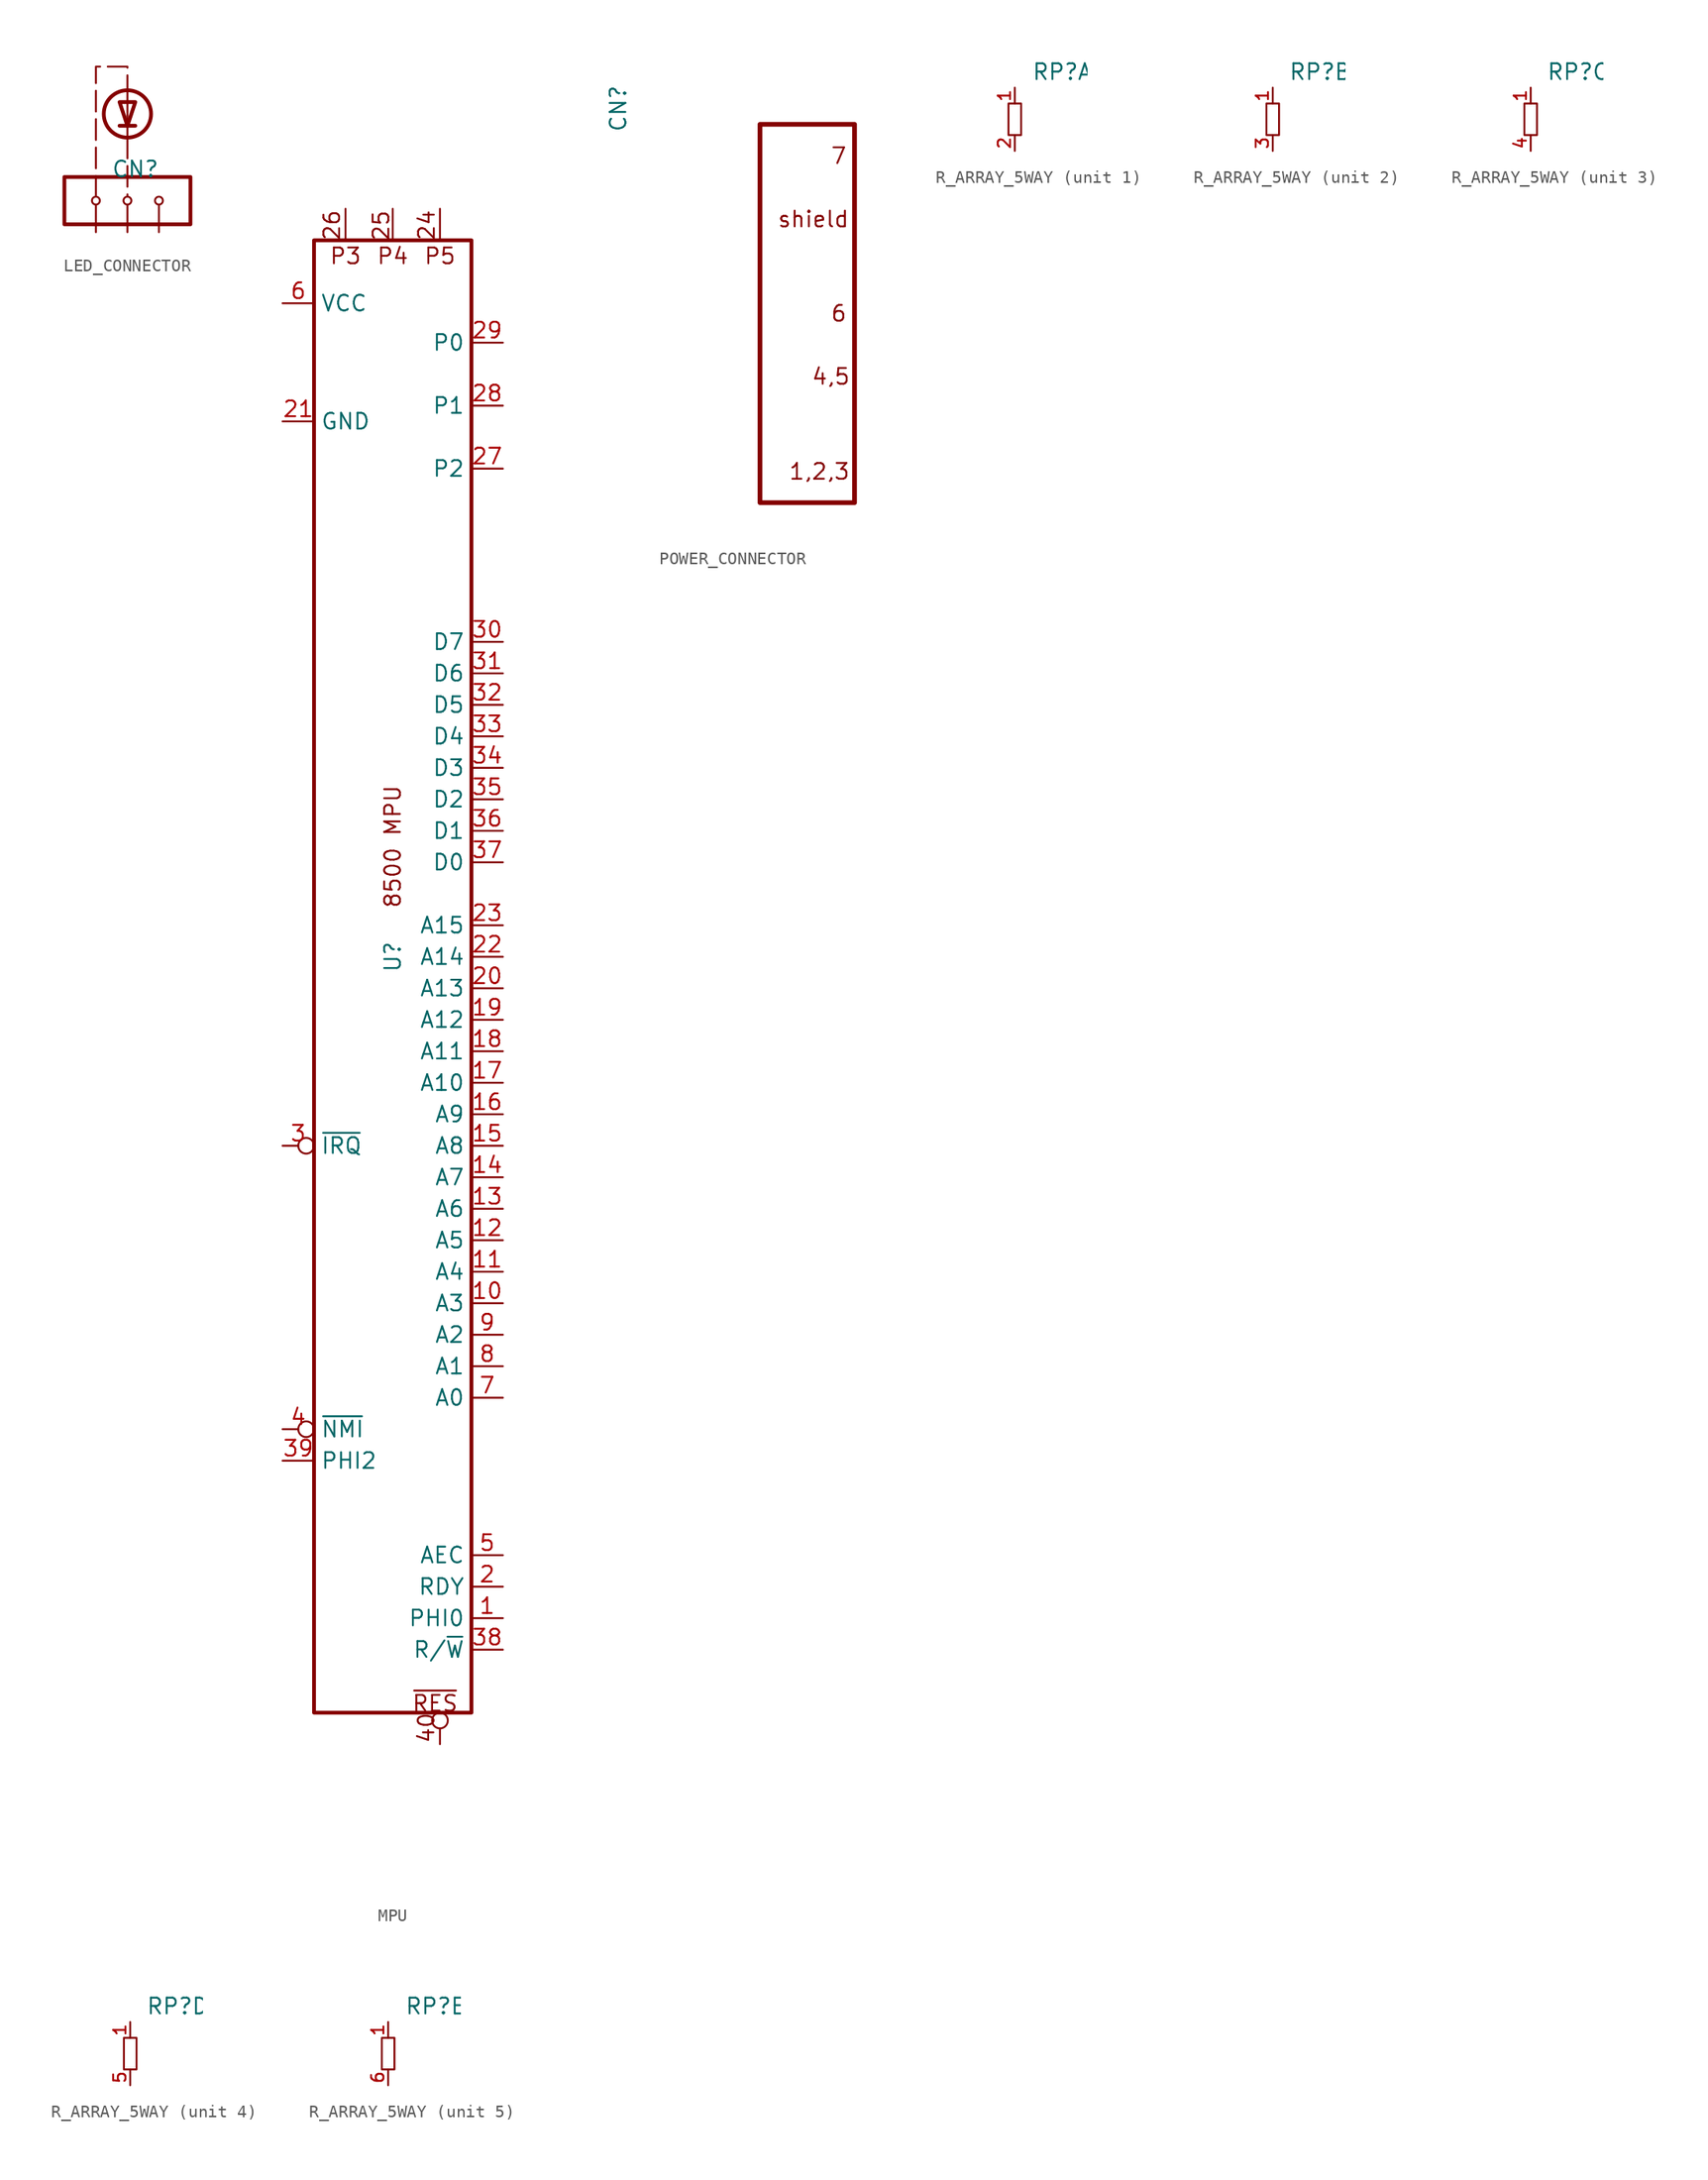
<source format=kicad_sym>
(kicad_symbol_lib
  (version 20220914)
  (generator kicad_symbol_editor)
  (symbol "LED_CONNECTOR"
    (property "Reference" "CN"
      (at 0.635 2.54 0)
      (effects (font (size 1.27 1.27))))
    (property "Value" ""
      (at 0 0 0)
      (effects (font (size 1.27 1.27))))
    (symbol "LED_CONNECTOR_0_1"
      (rectangle (start -5.08 1.905) (end 5.08 -1.905) (stroke (width 0.305) (type default)) (fill (type none)))
      (circle (center -2.54 0) (radius 0.318) (stroke (width 0) (type default)) (fill (type none)))
      (polyline (pts (xy -2.54 -0.318) (xy -2.54 -2.54)) (stroke (width 0) (type default)) (fill (type none)))
      (polyline (pts (xy -0.635 6.032) (xy 0.635 6.032)) (stroke (width 0.305) (type default)) (fill (type none)))
      (polyline (pts (xy 0 -0.318) (xy 0 -2.54)) (stroke (width 0) (type default)) (fill (type none)))
      (polyline (pts (xy 0 5.08) (xy 0 0.318)) (stroke (width 0) (type dash)) (fill (type none)))
      (polyline (pts (xy 0 8.89) (xy 0 5.08)) (stroke (width 0) (type default)) (fill (type none)))
      (polyline (pts (xy 2.54 -0.318) (xy 2.54 -1.905) (xy 2.54 -2.54)) (stroke (width 0) (type default)) (fill (type none)))
      (polyline (pts (xy -2.54 0.318) (xy -2.54 10.795) (xy 0 10.795) (xy 0 8.89)) (stroke (width 0) (type dash)) (fill (type none)))
      (polyline (pts (xy -0.635 7.938) (xy 0.635 7.938) (xy 0 6.032) (xy -0.635 7.938)) (stroke (width 0.305) (type default)) (fill (type none)))
      (circle (center 0 0) (radius 0.318) (stroke (width 0) (type default)) (fill (type none)))
      (circle (center 0 6.985) (radius 1.905) (stroke (width 0.305) (type solid)) (fill (type none)))
      (circle (center 2.54 0) (radius 0.318) (stroke (width 0) (type default)) (fill (type none))))
    (symbol "LED_CONNECTOR_1_0"
      (pin input line (at -2.54 -2.54 90) (length 2.54) hide (name "" (effects (font (size 1.27 1.27)))) (number "1" (effects (font (size 1.27 1.27)))))
      (pin input line (at 0 -2.54 90) (length 2.54) hide (name "" (effects (font (size 1.27 1.27)))) (number "2" (effects (font (size 1.27 1.27)))))
      (pin input line (at 2.54 -2.54 90) (length 2.54) hide (name "" (effects (font (size 1.27 1.27)))) (number "3" (effects (font (size 1.27 1.27)))))))
  (symbol "MPU"
    (property "Reference" "U"
      (at 0 26.67 90)
      (effects (font (size 1.27 1.27))))
    (property "Value" ""
      (at 1.27 -22.86 0)
      (effects (font (size 1.27 1.27))))
    (symbol "MPU_0_0"
      (polyline (pts (xy -3.81 86.995) (xy -3.81 84.455)) (stroke (width 0) (type default)) (fill (type none)))
      (polyline (pts (xy 0 86.995) (xy 0 84.455)) (stroke (width 0) (type default)) (fill (type none)))
      (polyline (pts (xy 3.81 -35.56) (xy 3.81 -36.83)) (stroke (width 0) (type default)) (fill (type none)))
      (polyline (pts (xy 3.81 86.995) (xy 3.81 84.455)) (stroke (width 0) (type default)) (fill (type none)))
      (circle (center 3.81 -34.925) (radius 0.635) (stroke (width 0) (type default)) (fill (type none)))
      (text "24" (at 2.737 85.676 900) (effects (font (size 1.27 1.27))))
      (text "25" (at -0.934 85.639 900) (effects (font (size 1.27 1.27))))
      (text "26" (at -4.905 85.672 900) (effects (font (size 1.27 1.27))))
      (text "40" (at 2.702 -35.517 900) (effects (font (size 1.27 1.27))))
      (text "8500 MPU" (at 0 35.56 900) (effects (font (size 1.27 1.27))))
      (text "P3" (at -3.81 83.185 0) (effects (font (size 1.27 1.27))))
      (text "P4" (at 0 83.185 0) (effects (font (size 1.27 1.27))))
      (text "P5" (at 3.81 83.185 0) (effects (font (size 1.27 1.27))))
      (text "~{RES}" (at 3.416 -33.55 0) (effects (font (size 1.27 1.27)))))
    (symbol "MPU_0_1"
      (rectangle (start -6.35 84.455) (end 6.35 -34.29) (stroke (width 0.305) (type default)) (fill (type none))))
    (symbol "MPU_1_1"
      (pin input line (at 8.89 -26.67 180) (length 2.54) (name "PHI0" (effects (font (size 1.27 1.27)))) (number "1" (effects (font (size 1.27 1.27)))))
      (pin input line (at 8.89 -1.27 180) (length 2.54) (name "A3" (effects (font (size 1.27 1.27)))) (number "10" (effects (font (size 1.27 1.27)))))
      (pin input line (at 8.89 1.27 180) (length 2.54) (name "A4" (effects (font (size 1.27 1.27)))) (number "11" (effects (font (size 1.27 1.27)))))
      (pin input line (at 8.89 3.81 180) (length 2.54) (name "A5" (effects (font (size 1.27 1.27)))) (number "12" (effects (font (size 1.27 1.27)))))
      (pin input line (at 8.89 6.35 180) (length 2.54) (name "A6" (effects (font (size 1.27 1.27)))) (number "13" (effects (font (size 1.27 1.27)))))
      (pin input line (at 8.89 8.89 180) (length 2.54) (name "A7" (effects (font (size 1.27 1.27)))) (number "14" (effects (font (size 1.27 1.27)))))
      (pin input line (at 8.89 11.43 180) (length 2.54) (name "A8" (effects (font (size 1.27 1.27)))) (number "15" (effects (font (size 1.27 1.27)))))
      (pin input line (at 8.89 13.97 180) (length 2.54) (name "A9" (effects (font (size 1.27 1.27)))) (number "16" (effects (font (size 1.27 1.27)))))
      (pin input line (at 8.89 16.51 180) (length 2.54) (name "A10" (effects (font (size 1.27 1.27)))) (number "17" (effects (font (size 1.27 1.27)))))
      (pin input line (at 8.89 19.05 180) (length 2.54) (name "A11" (effects (font (size 1.27 1.27)))) (number "18" (effects (font (size 1.27 1.27)))))
      (pin input line (at 8.89 21.59 180) (length 2.54) (name "A12" (effects (font (size 1.27 1.27)))) (number "19" (effects (font (size 1.27 1.27)))))
      (pin input line (at 8.89 -24.13 180) (length 2.54) (name "RDY" (effects (font (size 1.27 1.27)))) (number "2" (effects (font (size 1.27 1.27)))))
      (pin input line (at 8.89 24.13 180) (length 2.54) (name "A13" (effects (font (size 1.27 1.27)))) (number "20" (effects (font (size 1.27 1.27)))))
      (pin power_in line (at -8.89 69.85 0) (length 2.54) (name "GND" (effects (font (size 1.27 1.27)))) (number "21" (effects (font (size 1.27 1.27)))))
      (pin input line (at 8.89 26.67 180) (length 2.54) (name "A14" (effects (font (size 1.27 1.27)))) (number "22" (effects (font (size 1.27 1.27)))))
      (pin input line (at 8.89 29.21 180) (length 2.54) (name "A15" (effects (font (size 1.27 1.27)))) (number "23" (effects (font (size 1.27 1.27)))))
      (pin input line (at 3.81 86.995 270) (length 2.54) hide (name "P5" (effects (font (size 1.27 1.27)))) (number "24" (effects (font (size 1.27 1.27)))))
      (pin input line (at 0 86.995 270) (length 2.54) hide (name "P4" (effects (font (size 1.27 1.27)))) (number "25" (effects (font (size 1.27 1.27)))))
      (pin input line (at -3.81 86.995 270) (length 2.54) hide (name "P3" (effects (font (size 1.27 1.27)))) (number "26" (effects (font (size 1.27 1.27)))))
      (pin input line (at 8.89 66.04 180) (length 2.54) (name "P2" (effects (font (size 1.27 1.27)))) (number "27" (effects (font (size 1.27 1.27)))))
      (pin input line (at 8.89 71.12 180) (length 2.54) (name "P1" (effects (font (size 1.27 1.27)))) (number "28" (effects (font (size 1.27 1.27)))))
      (pin input line (at 8.89 76.2 180) (length 2.54) (name "P0" (effects (font (size 1.27 1.27)))) (number "29" (effects (font (size 1.27 1.27)))))
      (pin input inverted (at -8.89 11.43 0) (length 2.54) (name "~{IRQ}" (effects (font (size 1.27 1.27)))) (number "3" (effects (font (size 1.27 1.27)))))
      (pin bidirectional line (at 8.89 52.07 180) (length 2.54) (name "D7" (effects (font (size 1.27 1.27)))) (number "30" (effects (font (size 1.27 1.27)))))
      (pin input line (at 8.89 49.53 180) (length 2.54) (name "D6" (effects (font (size 1.27 1.27)))) (number "31" (effects (font (size 1.27 1.27)))))
      (pin input line (at 8.89 46.99 180) (length 2.54) (name "D5" (effects (font (size 1.27 1.27)))) (number "32" (effects (font (size 1.27 1.27)))))
      (pin input line (at 8.89 44.45 180) (length 2.54) (name "D4" (effects (font (size 1.27 1.27)))) (number "33" (effects (font (size 1.27 1.27)))))
      (pin input line (at 8.89 41.91 180) (length 2.54) (name "D3" (effects (font (size 1.27 1.27)))) (number "34" (effects (font (size 1.27 1.27)))))
      (pin input line (at 8.89 39.37 180) (length 2.54) (name "D2" (effects (font (size 1.27 1.27)))) (number "35" (effects (font (size 1.27 1.27)))))
      (pin input line (at 8.89 36.83 180) (length 2.54) (name "D1" (effects (font (size 1.27 1.27)))) (number "36" (effects (font (size 1.27 1.27)))))
      (pin input line (at 8.89 34.29 180) (length 2.54) (name "D0" (effects (font (size 1.27 1.27)))) (number "37" (effects (font (size 1.27 1.27)))))
      (pin input line (at 8.89 -29.21 180) (length 2.54) (name "R/~{W}" (effects (font (size 1.27 1.27)))) (number "38" (effects (font (size 1.27 1.27)))))
      (pin input line (at -8.89 -13.97 0) (length 2.54) (name "PHI2" (effects (font (size 1.27 1.27)))) (number "39" (effects (font (size 1.27 1.27)))))
      (pin input inverted (at -8.89 -11.43 0) (length 2.54) (name "~{NMI}" (effects (font (size 1.27 1.27)))) (number "4" (effects (font (size 1.27 1.27)))))
      (pin input inverted (at 3.81 -36.83 90) (length 2.54) hide (name "~{RES}" (effects (font (size 1.27 1.27)))) (number "40" (effects (font (size 1.27 1.27)))))
      (pin input line (at 8.89 -21.59 180) (length 2.54) (name "AEC" (effects (font (size 1.27 1.27)))) (number "5" (effects (font (size 1.27 1.27)))))
      (pin power_in line (at -8.89 79.375 0) (length 2.54) (name "VCC" (effects (font (size 1.27 1.27)))) (number "6" (effects (font (size 1.27 1.27)))))
      (pin input line (at 8.89 -8.89 180) (length 2.54) (name "A0" (effects (font (size 1.27 1.27)))) (number "7" (effects (font (size 1.27 1.27)))))
      (pin input line (at 8.89 -6.35 180) (length 2.54) (name "A1" (effects (font (size 1.27 1.27)))) (number "8" (effects (font (size 1.27 1.27)))))
      (pin input line (at 8.89 -3.81 180) (length 2.54) (name "A2" (effects (font (size 1.27 1.27)))) (number "9" (effects (font (size 1.27 1.27)))))))
  (symbol "POWER_CONNECTOR"
    (property "Reference" "CN"
      (at -15.24 16.51 90)
      (effects (font (size 1.27 1.27))))
    (property "Value" ""
      (at 0 0 0)
      (effects (font (size 1.27 1.27))))
    (symbol "POWER_CONNECTOR_0_0"
      (text "1,2,3" (at 0.977 -12.731 0) (effects (font (size 1.27 1.27))))
      (text "4,5" (at 1.905 -5.08 0) (effects (font (size 1.27 1.27))))
      (text "6" (at 2.54 0 0) (effects (font (size 1.27 1.27))))
      (text "7" (at 2.54 12.7 0) (effects (font (size 1.27 1.27))))
      (text "shield" (at 0.493 7.598 0) (effects (font (size 1.27 1.27)))))
    (symbol "POWER_CONNECTOR_0_1"
      (rectangle (start -3.81 15.24) (end 3.81 -15.24) (stroke (width 0.381) (type default)) (fill (type none))))
    (symbol "POWER_CONNECTOR_1_0"
      (pin input line (at 3.81 -12.7 180) (length 0) hide (name "" (effects (font (size 1.27 1.27)))) (number "1" (effects (font (size 1.27 1.27)))))
      (pin input line (at 3.81 -12.7 180) (length 0) hide (name "" (effects (font (size 1.27 1.27)))) (number "2" (effects (font (size 1.27 1.27)))))
      (pin input line (at 3.81 -12.7 180) (length 0) hide (name "" (effects (font (size 1.27 1.27)))) (number "3" (effects (font (size 1.27 1.27)))))
      (pin input line (at 3.81 -5.08 180) (length 0) hide (name "" (effects (font (size 1.27 1.27)))) (number "4" (effects (font (size 1.27 1.27)))))
      (pin input line (at 3.81 -5.08 180) (length 0) hide (name "" (effects (font (size 1.27 1.27)))) (number "5" (effects (font (size 1.27 1.27)))))
      (pin input line (at 3.81 0 180) (length 0) hide (name "" (effects (font (size 1.27 1.27)))) (number "6" (effects (font (size 1.27 1.27)))))
      (pin input line (at 3.81 12.7 180) (length 0) hide (name "" (effects (font (size 1.27 1.27)))) (number "7" (effects (font (size 1.27 1.27))))))
    (symbol "POWER_CONNECTOR_1_1"
      (pin input line (at 3.81 7.62 180) (length 0) hide (name "shield" (effects (font (size 1.27 1.27)))) (number "pe" (effects (font (size 1.27 1.27)))))))
  (symbol "R_ARRAY_5WAY"
    (pin_names
      (offset 1.016))
    (property "Reference" "RP"
      (at 3.81 3.81 0)
      (effects (font (size 1.27 1.27))))
    (symbol "R_ARRAY_5WAY_0_1"
      (rectangle (start -0.508 1.27) (end 0.508 -1.27) (stroke (width 0) (type default)) (fill (type none)))
      (pin passive line (at 0 2.54 270) (length 1.27) (name "~" (effects (font (size 0.991 0.991)))) (number "1" (effects (font (size 0.991 0.991))))))
    (symbol "R_ARRAY_5WAY_1_1"
      (pin passive line (at 0 -2.54 90) (length 1.27) (name "~" (effects (font (size 0.991 0.991)))) (number "2" (effects (font (size 0.991 0.991))))))
    (symbol "R_ARRAY_5WAY_2_1"
      (pin passive line (at 0 -2.54 90) (length 1.27) (name "~" (effects (font (size 0.991 0.991)))) (number "3" (effects (font (size 0.991 0.991))))))
    (symbol "R_ARRAY_5WAY_3_1"
      (pin passive line (at 0 -2.54 90) (length 1.27) (name "~" (effects (font (size 0.991 0.991)))) (number "4" (effects (font (size 0.991 0.991))))))
    (symbol "R_ARRAY_5WAY_4_1"
      (pin passive line (at 0 -2.54 90) (length 1.27) (name "~" (effects (font (size 0.991 0.991)))) (number "5" (effects (font (size 0.991 0.991))))))
    (symbol "R_ARRAY_5WAY_5_1"
      (pin passive line (at 0 -2.54 90) (length 1.27) (name "~" (effects (font (size 0.991 0.991)))) (number "6" (effects (font (size 0.991 0.991))))))))
</source>
